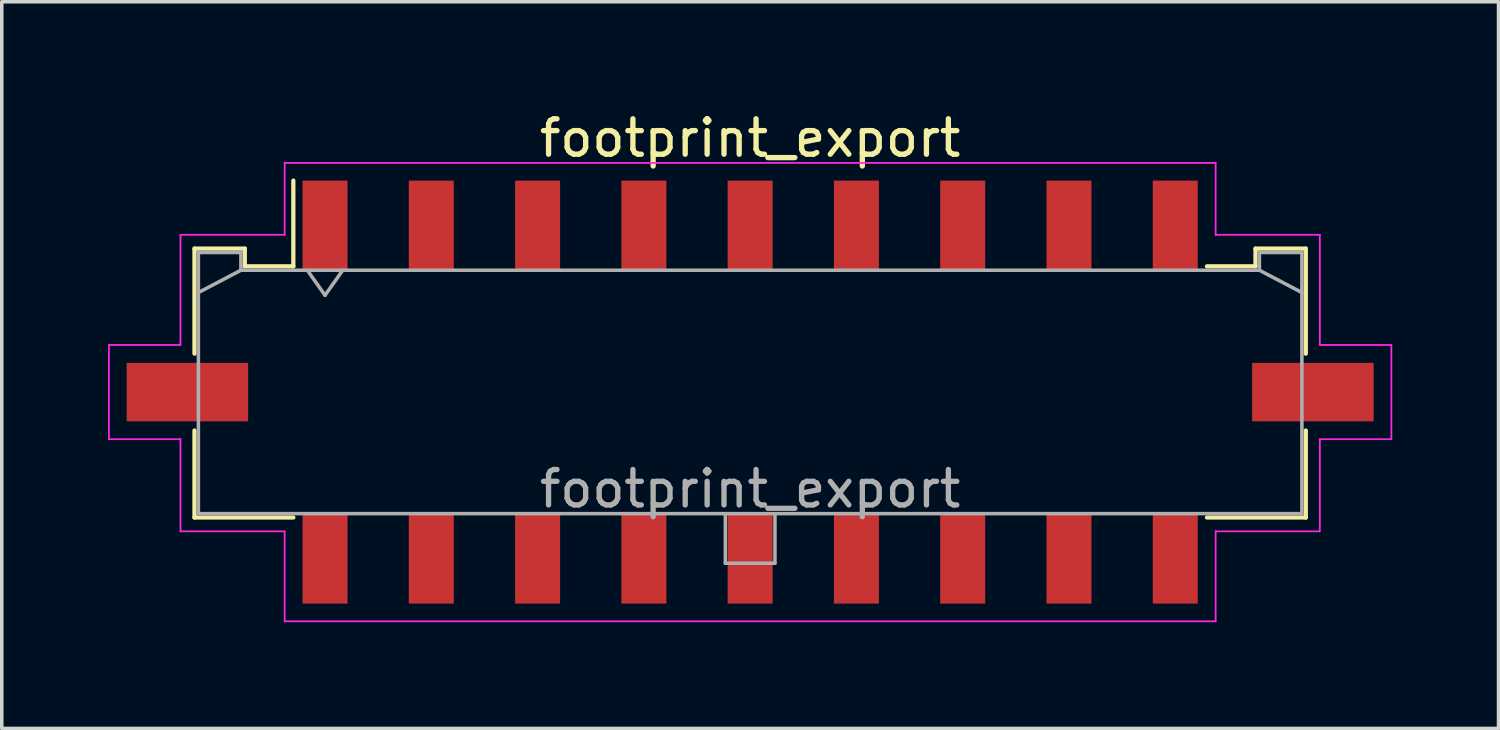
<source format=kicad_pcb>
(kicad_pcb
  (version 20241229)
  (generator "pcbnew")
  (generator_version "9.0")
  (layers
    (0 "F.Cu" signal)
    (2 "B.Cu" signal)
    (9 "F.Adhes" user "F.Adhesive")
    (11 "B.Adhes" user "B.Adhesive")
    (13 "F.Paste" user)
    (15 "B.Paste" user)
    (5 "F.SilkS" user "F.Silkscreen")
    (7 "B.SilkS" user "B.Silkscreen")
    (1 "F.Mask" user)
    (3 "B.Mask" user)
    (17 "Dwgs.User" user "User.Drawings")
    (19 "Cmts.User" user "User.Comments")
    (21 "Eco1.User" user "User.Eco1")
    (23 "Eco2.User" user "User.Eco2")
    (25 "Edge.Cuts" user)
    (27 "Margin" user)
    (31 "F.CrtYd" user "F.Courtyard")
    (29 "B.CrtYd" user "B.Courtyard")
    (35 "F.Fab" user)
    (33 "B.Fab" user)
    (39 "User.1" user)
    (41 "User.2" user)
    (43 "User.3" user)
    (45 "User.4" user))
  (footprint "footprint_export"
    (layer "F.Cu")
    (at 18.125 8.018)
    (property "Reference" "footprint_export" (at 0 -7.17 0) (layer "F.SilkS") (effects (font (size 1 1) (thickness 0.15))))
    (attr smd)
    (fp_line (start -15.685 -4.05) (end -14.265 -4.05) (stroke (width 0.12) (type solid)) (layer "F.SilkS"))
    (fp_line (start -15.685 -1.085) (end -15.685 -4.05) (stroke (width 0.12) (type solid)) (layer "F.SilkS"))
    (fp_line (start -15.685 1.085) (end -15.685 3.54) (stroke (width 0.12) (type solid)) (layer "F.SilkS"))
    (fp_line (start -15.685 3.54) (end -12.895 3.54) (stroke (width 0.12) (type solid)) (layer "F.SilkS"))
    (fp_line (start -14.265 -4.05) (end -14.265 -3.55) (stroke (width 0.12) (type solid)) (layer "F.SilkS"))
    (fp_line (start -14.265 -3.55) (end -12.895 -3.55) (stroke (width 0.12) (type solid)) (layer "F.SilkS"))
    (fp_line (start -12.895 -3.55) (end -12.895 -5.97) (stroke (width 0.12) (type solid)) (layer "F.SilkS"))
    (fp_line (start 14.265 -4.05) (end 14.265 -3.55) (stroke (width 0.12) (type solid)) (layer "F.SilkS"))
    (fp_line (start 14.265 -3.55) (end 12.895 -3.55) (stroke (width 0.12) (type solid)) (layer "F.SilkS"))
    (fp_line (start 15.685 -4.05) (end 14.265 -4.05) (stroke (width 0.12) (type solid)) (layer "F.SilkS"))
    (fp_line (start 15.685 -1.085) (end 15.685 -4.05) (stroke (width 0.12) (type solid)) (layer "F.SilkS"))
    (fp_line (start 15.685 1.085) (end 15.685 3.54) (stroke (width 0.12) (type solid)) (layer "F.SilkS"))
    (fp_line (start 15.685 3.54) (end 12.895 3.54) (stroke (width 0.12) (type solid)) (layer "F.SilkS"))
    (fp_line (start -18.1 -1.33) (end -18.1 1.33) (stroke (width 0.05) (type solid)) (layer "F.CrtYd"))
    (fp_line (start -18.1 1.33) (end -16.08 1.33) (stroke (width 0.05) (type solid)) (layer "F.CrtYd"))
    (fp_line (start -16.08 -4.44) (end -16.08 -1.33) (stroke (width 0.05) (type solid)) (layer "F.CrtYd"))
    (fp_line (start -16.08 -1.33) (end -18.1 -1.33) (stroke (width 0.05) (type solid)) (layer "F.CrtYd"))
    (fp_line (start -16.08 1.33) (end -16.08 3.93) (stroke (width 0.05) (type solid)) (layer "F.CrtYd"))
    (fp_line (start -16.08 3.93) (end -13.14 3.93) (stroke (width 0.05) (type solid)) (layer "F.CrtYd"))
    (fp_line (start -13.14 -6.47) (end -13.14 -4.44) (stroke (width 0.05) (type solid)) (layer "F.CrtYd"))
    (fp_line (start -13.14 -4.44) (end -16.08 -4.44) (stroke (width 0.05) (type solid)) (layer "F.CrtYd"))
    (fp_line (start -13.14 3.93) (end -13.14 6.47) (stroke (width 0.05) (type solid)) (layer "F.CrtYd"))
    (fp_line (start -13.14 6.47) (end 0 6.47) (stroke (width 0.05) (type solid)) (layer "F.CrtYd"))
    (fp_line (start 0 -6.47) (end -13.14 -6.47) (stroke (width 0.05) (type solid)) (layer "F.CrtYd"))
    (fp_line (start 0 -6.47) (end 13.14 -6.47) (stroke (width 0.05) (type solid)) (layer "F.CrtYd"))
    (fp_line (start 13.14 -6.47) (end 13.14 -4.44) (stroke (width 0.05) (type solid)) (layer "F.CrtYd"))
    (fp_line (start 13.14 -4.44) (end 16.08 -4.44) (stroke (width 0.05) (type solid)) (layer "F.CrtYd"))
    (fp_line (start 13.14 3.93) (end 13.14 6.47) (stroke (width 0.05) (type solid)) (layer "F.CrtYd"))
    (fp_line (start 13.14 6.47) (end 0 6.47) (stroke (width 0.05) (type solid)) (layer "F.CrtYd"))
    (fp_line (start 16.08 -4.44) (end 16.08 -1.33) (stroke (width 0.05) (type solid)) (layer "F.CrtYd"))
    (fp_line (start 16.08 -1.33) (end 18.1 -1.33) (stroke (width 0.05) (type solid)) (layer "F.CrtYd"))
    (fp_line (start 16.08 1.33) (end 16.08 3.93) (stroke (width 0.05) (type solid)) (layer "F.CrtYd"))
    (fp_line (start 16.08 3.93) (end 13.14 3.93) (stroke (width 0.05) (type solid)) (layer "F.CrtYd"))
    (fp_line (start 18.1 -1.33) (end 18.1 1.33) (stroke (width 0.05) (type solid)) (layer "F.CrtYd"))
    (fp_line (start 18.1 1.33) (end 16.08 1.33) (stroke (width 0.05) (type solid)) (layer "F.CrtYd"))
    (fp_line (start -15.575 -3.94) (end -15.575 3.43) (stroke (width 0.1) (type solid)) (layer "F.Fab"))
    (fp_line (start -15.575 -2.81) (end -14.375 -3.44) (stroke (width 0.1) (type solid)) (layer "F.Fab"))
    (fp_line (start -15.575 3.43) (end 15.575 3.43) (stroke (width 0.1) (type solid)) (layer "F.Fab"))
    (fp_line (start -14.375 -3.94) (end -15.575 -3.94) (stroke (width 0.1) (type solid)) (layer "F.Fab"))
    (fp_line (start -14.375 -3.44) (end -14.375 -3.94) (stroke (width 0.1) (type solid)) (layer "F.Fab"))
    (fp_line (start -12.5 -3.44) (end -12 -2.733) (stroke (width 0.1) (type solid)) (layer "F.Fab"))
    (fp_line (start -12 -2.733) (end -11.5 -3.44) (stroke (width 0.1) (type solid)) (layer "F.Fab"))
    (fp_line (start -0.7 3.43) (end -0.7 4.83) (stroke (width 0.1) (type solid)) (layer "F.Fab"))
    (fp_line (start -0.7 4.83) (end 0.7 4.83) (stroke (width 0.1) (type solid)) (layer "F.Fab"))
    (fp_line (start 0.7 4.83) (end 0.7 3.43) (stroke (width 0.1) (type solid)) (layer "F.Fab"))
    (fp_line (start 14.375 -3.94) (end 14.375 -3.44) (stroke (width 0.1) (type solid)) (layer "F.Fab"))
    (fp_line (start 14.375 -3.44) (end -14.375 -3.44) (stroke (width 0.1) (type solid)) (layer "F.Fab"))
    (fp_line (start 15.575 -3.94) (end 14.375 -3.94) (stroke (width 0.1) (type solid)) (layer "F.Fab"))
    (fp_line (start 15.575 -2.81) (end 14.375 -3.44) (stroke (width 0.1) (type solid)) (layer "F.Fab"))
    (fp_line (start 15.575 3.43) (end 15.575 -3.94) (stroke (width 0.1) (type solid)) (layer "F.Fab"))
    (fp_text user "${REFERENCE}" (at 0 2.73 0) (layer "F.Fab") (effects (font (size 1 1) (thickness 0.15))))
    (pad "1" smd rect (at -12 -4.7) (size 1.27 2.54) (layers "F.Cu" "F.Mask" "F.Paste"))
    (pad "2" smd rect (at -9 -4.7) (size 1.27 2.54) (layers "F.Cu" "F.Mask" "F.Paste"))
    (pad "3" smd rect (at -6 -4.7) (size 1.27 2.54) (layers "F.Cu" "F.Mask" "F.Paste"))
    (pad "4" smd rect (at -3 -4.7) (size 1.27 2.54) (layers "F.Cu" "F.Mask" "F.Paste"))
    (pad "5" smd rect (at 0 -4.7) (size 1.27 2.54) (layers "F.Cu" "F.Mask" "F.Paste"))
    (pad "6" smd rect (at 3 -4.7) (size 1.27 2.54) (layers "F.Cu" "F.Mask" "F.Paste"))
    (pad "7" smd rect (at 6 -4.7) (size 1.27 2.54) (layers "F.Cu" "F.Mask" "F.Paste"))
    (pad "8" smd rect (at 9 -4.7) (size 1.27 2.54) (layers "F.Cu" "F.Mask" "F.Paste"))
    (pad "9" smd rect (at 12 -4.7) (size 1.27 2.54) (layers "F.Cu" "F.Mask" "F.Paste"))
    (pad "10" smd rect (at -12 4.7) (size 1.27 2.54) (layers "F.Cu" "F.Mask" "F.Paste"))
    (pad "11" smd rect (at -9 4.7) (size 1.27 2.54) (layers "F.Cu" "F.Mask" "F.Paste"))
    (pad "12" smd rect (at -6 4.7) (size 1.27 2.54) (layers "F.Cu" "F.Mask" "F.Paste"))
    (pad "13" smd rect (at -3 4.7) (size 1.27 2.54) (layers "F.Cu" "F.Mask" "F.Paste"))
    (pad "14" smd rect (at 0 4.7) (size 1.27 2.54) (layers "F.Cu" "F.Mask" "F.Paste"))
    (pad "15" smd rect (at 3 4.7) (size 1.27 2.54) (layers "F.Cu" "F.Mask" "F.Paste"))
    (pad "16" smd rect (at 6 4.7) (size 1.27 2.54) (layers "F.Cu" "F.Mask" "F.Paste"))
    (pad "17" smd rect (at 9 4.7) (size 1.27 2.54) (layers "F.Cu" "F.Mask" "F.Paste"))
    (pad "18" smd rect (at 12 4.7) (size 1.27 2.54) (layers "F.Cu" "F.Mask" "F.Paste"))
    (pad "MP" smd rect (at -15.885 0) (size 3.43 1.65) (layers "F.Cu" "F.Mask" "F.Paste"))
    (pad "MP" smd rect (at 15.885 0) (size 3.43 1.65) (layers "F.Cu" "F.Mask" "F.Paste")))
  (gr_rect
    (start -3 -3)
    (end 39.25 17.513)
    (stroke (width 0.1) (type default))
    (fill no)
    (layer "Edge.Cuts")))
</source>
